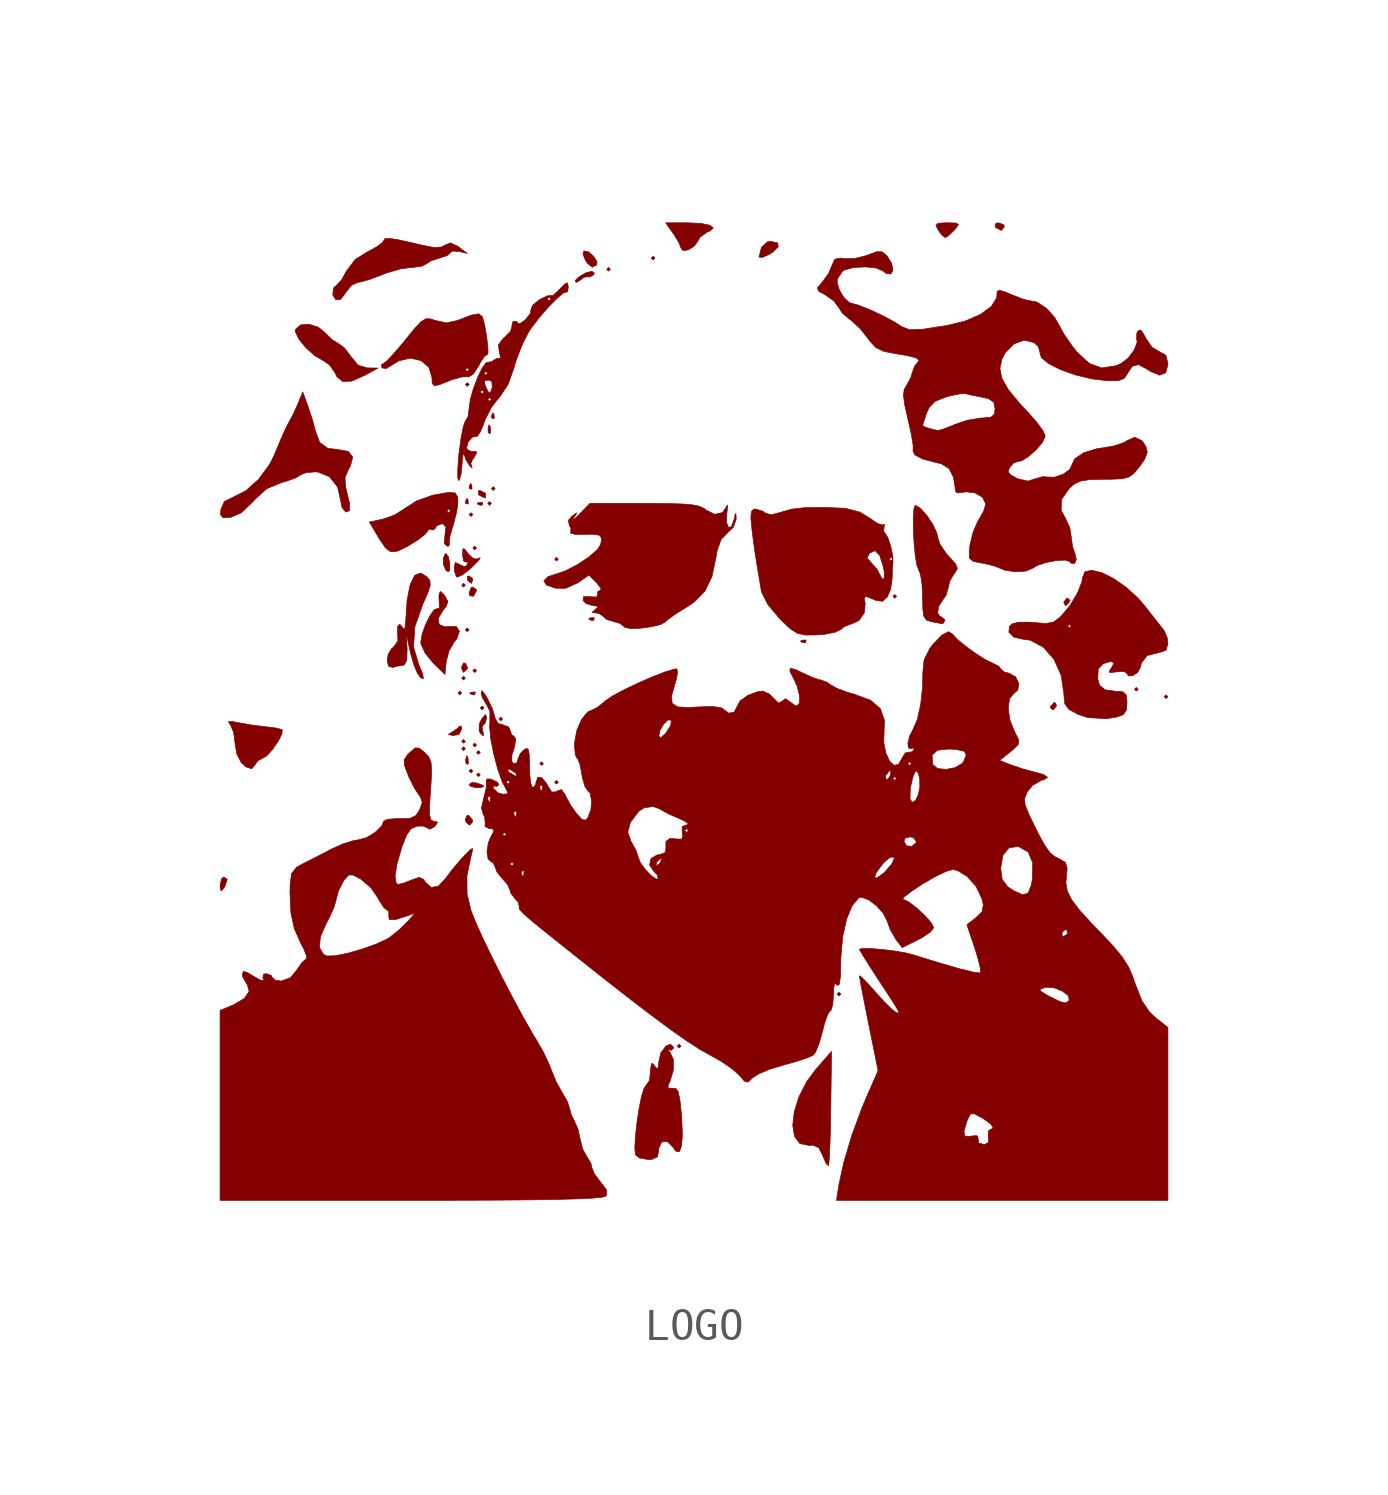
<source format=kicad_sym>
(kicad_symbol_lib
  (version 20220914)
  (generator "bitmap2component")
  (generator_version "8.0")
  (symbol "LOGO"
    (pin_names
      (offset 1.016))
    (property "Reference" "#G"
      (at 0 14.841 0)
      (effects (font (size 1.27 1.27)) hide))
    (symbol "LOGO_0_0"
      (polyline (pts (xy -7.355 -15.592) (xy -6.102 -15.587) (xy -5.065 -15.577) (xy -4.233 -15.563) (xy -3.595 -15.545) (xy -3.142 -15.522) (xy -2.864 -15.494) (xy -2.75 -15.462) (xy -2.719 -15.423) (xy -2.721 -15.262) (xy -2.903 -15.02) (xy -2.93 -14.99) (xy -3.115 -14.737) (xy -3.19 -14.542) (xy -3.218 -14.416) (xy -3.356 -14.186) (xy -3.478 -13.967) (xy -3.559 -13.645) (xy -3.622 -13.351) (xy -3.747 -13.058) (xy -3.838 -12.886) (xy -3.899 -12.662) (xy -3.899 -12.661) (xy -3.964 -12.454) (xy -4.119 -12.187) (xy -4.127 -12.175) (xy -4.319 -11.831) (xy -4.476 -11.448) (xy -4.529 -11.305) (xy -4.717 -10.902) (xy -4.944 -10.503) (xy -5.058 -10.316) (xy -5.349 -9.81) (xy -5.679 -9.199) (xy -6.025 -8.536) (xy -6.358 -7.871) (xy -6.654 -7.257) (xy -6.885 -6.746) (xy -7.026 -6.388) (xy -7.155 -5.85) (xy -7.157 -5.273) (xy -7.016 -4.607) (xy -6.988 -4.504) (xy -6.982 -4.408) (xy -7.071 -4.467) (xy -7.287 -4.689) (xy -7.352 -4.759) (xy -7.629 -5.084) (xy -7.841 -5.369) (xy -8.067 -5.609) (xy -8.296 -5.65) (xy -8.489 -5.469) (xy -8.541 -5.389) (xy -8.675 -5.329) (xy -8.914 -5.41) (xy -9.157 -5.507) (xy -9.339 -5.553) (xy -9.406 -5.516) (xy -9.442 -5.3) (xy -9.384 -4.912) (xy -9.232 -4.382) (xy -9.227 -4.364) (xy -9.076 -3.982) (xy -8.928 -3.778) (xy -8.742 -3.7) (xy -8.552 -3.697) (xy -8.396 -3.765) (xy -8.33 -3.797) (xy -8.177 -3.708) (xy -8.165 -3.696) (xy -8.089 -3.573) (xy -8.207 -3.544) (xy -8.228 -3.543) (xy -8.307 -3.497) (xy -8.345 -3.348) (xy -8.346 -3.054) (xy -8.315 -2.57) (xy -8.295 -2.284) (xy -8.28 -1.898) (xy -8.302 -1.656) (xy -8.371 -1.498) (xy -8.496 -1.366) (xy -8.675 -1.22) (xy -8.808 -1.215) (xy -8.986 -1.373) (xy -9.056 -1.444) (xy -9.153 -1.594) (xy -9.143 -1.773) (xy -9.029 -2.074) (xy -8.989 -2.169) (xy -8.823 -2.498) (xy -8.677 -2.72) (xy -8.641 -2.764) (xy -8.578 -2.944) (xy -8.666 -3.193) (xy -8.784 -3.366) (xy -8.975 -3.455) (xy -9.31 -3.463) (xy -9.437 -3.461) (xy -9.701 -3.486) (xy -9.806 -3.547) (xy -9.861 -3.686) (xy -10.069 -3.894) (xy -10.353 -4.066) (xy -10.625 -4.14) (xy -10.746 -4.155) (xy -11.086 -4.259) (xy -11.46 -4.427) (xy -11.617 -4.51) (xy -12.031 -4.724) (xy -12.375 -4.896) (xy -12.574 -5.009) (xy -12.729 -5.204) (xy -12.776 -5.525) (xy -12.783 -5.82) (xy -12.753 -6.451) (xy -12.646 -6.954) (xy -12.448 -7.401) (xy -12.367 -7.556) (xy -11.846 -7.556) (xy -11.815 -7.213) (xy -11.624 -6.782) (xy -11.536 -6.62) (xy -11.378 -6.268) (xy -11.305 -6.004) (xy -11.243 -5.758) (xy -11.085 -5.452) (xy -11.046 -5.396) (xy -10.915 -5.253) (xy -10.774 -5.254) (xy -10.526 -5.387) (xy -10.52 -5.391) (xy -10.213 -5.656) (xy -9.979 -5.99) (xy -9.952 -6.046) (xy -9.803 -6.283) (xy -9.686 -6.38) (xy -9.64 -6.403) (xy -9.643 -6.552) (xy -9.627 -6.669) (xy -9.429 -6.67) (xy -9.038 -6.547) (xy -8.801 -6.458) (xy -9.038 -6.727) (xy -9.288 -6.974) (xy -9.6 -7.228) (xy -9.691 -7.285) (xy -10.04 -7.447) (xy -10.482 -7.606) (xy -10.94 -7.738) (xy -11.337 -7.819) (xy -11.595 -7.827) (xy -11.718 -7.775) (xy -11.846 -7.556) (xy -12.367 -7.556) (xy -12.349 -7.59) (xy -12.254 -7.824) (xy -12.257 -7.915) (xy -12.269 -7.917) (xy -12.398 -8.033) (xy -12.563 -8.27) (xy -12.764 -8.516) (xy -13.061 -8.624) (xy -13.249 -8.596) (xy -13.35 -8.506) (xy -13.372 -8.45) (xy -13.534 -8.388) (xy -13.618 -8.405) (xy -13.645 -8.506) (xy -13.612 -8.605) (xy -13.727 -8.593) (xy -14.004 -8.433) (xy -14.123 -8.359) (xy -14.261 -8.313) (xy -14.295 -8.41) (xy -14.283 -8.492) (xy -14.161 -8.711) (xy -14.138 -8.736) (xy -14.08 -8.953) (xy -14.235 -9.178) (xy -14.585 -9.382) (xy -15.004 -9.557) (xy -15.004 -12.576) (xy -15.004 -15.594) (xy -8.943 -15.594) (xy -8.833 -15.594) (xy -7.355 -15.592)) (stroke (width 0.01) (type default)) (fill (type outline)))
      (polyline (pts (xy 15.122 -12.848) (xy 15.122 -10.101) (xy 14.721 -9.781) (xy 14.541 -9.614) (xy 14.292 -9.247) (xy 14.085 -8.718) (xy 14.018 -8.517) (xy 13.87 -8.177) (xy 13.669 -7.858) (xy 13.373 -7.5) (xy 12.942 -7.044) (xy 12.708 -6.803) (xy 12.316 -6.375) (xy 12.064 -6.045) (xy 11.926 -5.773) (xy 11.88 -5.515) (xy 11.901 -5.23) (xy 11.92 -5.042) (xy 11.864 -4.851) (xy 11.659 -4.734) (xy 11.515 -4.664) (xy 11.366 -4.534) (xy 11.208 -4.312) (xy 11.012 -3.957) (xy 10.751 -3.426) (xy 10.697 -3.313) (xy 10.581 -3.016) (xy 10.57 -2.809) (xy 10.654 -2.604) (xy 10.829 -2.398) (xy 11.106 -2.244) (xy 11.193 -2.22) (xy 11.295 -2.146) (xy 11.168 -2.06) (xy 10.81 -1.962) (xy 10.498 -1.877) (xy 10.114 -1.747) (xy 9.772 -1.611) (xy 10.114 -1.337) (xy 10.204 -1.264) (xy 10.367 -1.1) (xy 10.375 -0.946) (xy 10.249 -0.699) (xy 10.101 -0.335) (xy 10.046 0.042) (xy 10.087 0.351) (xy 10.227 0.518) (xy 10.35 0.622) (xy 10.382 0.834) (xy 10.281 1.045) (xy 10.071 1.16) (xy 9.906 1.206) (xy 9.806 1.3) (xy 9.746 1.383) (xy 9.54 1.484) (xy 9.32 1.591) (xy 9.01 1.788) (xy 8.687 2.023) (xy 8.423 2.241) (xy 8.289 2.391) (xy 8.289 2.392) (xy 8.154 2.481) (xy 7.933 2.37) (xy 7.645 2.068) (xy 7.55 1.941) (xy 7.37 1.577) (xy 7.331 1.152) (xy 7.325 0.732) (xy 7.263 0.169) (xy 7.155 -0.317) (xy 7.012 -0.646) (xy 6.911 -0.84) (xy 6.855 -1.071) (xy 6.88 -1.224) (xy 6.989 -1.229) (xy 7.055 -1.2) (xy 7.039 -1.283) (xy 6.994 -1.335) (xy 6.852 -1.359) (xy 6.775 -1.37) (xy 6.728 -1.448) (xy 7.625 -1.448) (xy 7.795 -1.286) (xy 8.165 -1.249) (xy 8.413 -1.266) (xy 8.651 -1.321) (xy 8.711 -1.437) (xy 8.63 -1.644) (xy 8.586 -1.704) (xy 8.36 -1.839) (xy 8.067 -1.897) (xy 7.799 -1.868) (xy 7.649 -1.743) (xy 7.648 -1.739) (xy 7.625 -1.448) (xy 6.728 -1.448) (xy 6.675 -1.534) (xy 6.576 -1.713) (xy 6.852 -1.713) (xy 6.911 -1.654) (xy 6.97 -1.713) (xy 6.911 -1.772) (xy 6.852 -1.713) (xy 6.576 -1.713) (xy 6.562 -1.739) (xy 6.418 -1.767) (xy 6.276 -1.636) (xy 6.159 -1.383) (xy 6.092 -1.046) (xy 6.101 -0.663) (xy 6.112 -0.341) (xy 5.985 0.032) (xy 5.667 0.304) (xy 5.139 0.497) (xy 4.93 0.557) (xy 4.593 0.682) (xy 4.392 0.796) (xy 4.296 0.87) (xy 4.092 0.945) (xy 4.052 0.95) (xy 3.819 1.028) (xy 3.51 1.169) (xy 3.295 1.273) (xy 3.118 1.321) (xy 3.109 1.217) (xy 3.249 0.945) (xy 3.34 0.743) (xy 3.411 0.45) (xy 3.411 0.214) (xy 3.332 0.118) (xy 3.265 0.138) (xy 3.09 0.265) (xy 2.966 0.351) (xy 2.855 0.267) (xy 2.749 0.209) (xy 2.597 0.357) (xy 2.452 0.502) (xy 2.242 0.591) (xy 2.085 0.573) (xy 1.772 0.458) (xy 1.522 0.279) (xy 1.419 0.089) (xy 1.341 -0.075) (xy 1.165 -0.11) (xy 0.995 0.015) (xy 0.938 0.058) (xy 0.656 0.104) (xy 0.168 0.088) (xy -0.093 0.071) (xy -0.458 0.09) (xy -0.635 0.202) (xy -0.654 0.439) (xy -0.543 0.831) (xy -0.505 0.955) (xy -0.459 1.202) (xy -0.492 1.3) (xy -0.558 1.292) (xy -0.848 1.206) (xy -1.256 1.048) (xy -1.717 0.848) (xy -2.163 0.634) (xy -2.531 0.437) (xy -2.753 0.286) (xy -2.789 0.253) (xy -3.014 0.073) (xy -3.158 0) (xy -3.319 -0.069) (xy -3.514 -0.31) (xy -3.666 -0.656) (xy -3.697 -0.827) (xy -1.056 -0.827) (xy -1.02 -0.659) (xy -0.904 -0.455) (xy -0.766 -0.323) (xy -0.662 -0.335) (xy -0.661 -0.336) (xy -0.681 -0.498) (xy -0.824 -0.726) (xy -0.861 -0.77) (xy -1.009 -0.899) (xy -1.056 -0.827) (xy -3.697 -0.827) (xy -3.735 -1.034) (xy -3.736 -1.167) (xy -3.715 -1.431) (xy -3.664 -1.536) (xy -3.639 -1.553) (xy -3.568 -1.73) (xy -3.508 -2.035) (xy -3.492 -2.134) (xy 6.143 -2.134) (xy 6.147 -2.101) (xy 6.26 -1.95) (xy 6.315 -1.939) (xy 6.306 -2.061) (xy 6.268 -2.147) (xy 6.233 -2.186) (xy 6.38 -2.186) (xy 6.439 -2.127) (xy 6.498 -2.186) (xy 6.439 -2.245) (xy 6.38 -2.186) (xy 6.233 -2.186) (xy 6.181 -2.241) (xy 6.143 -2.134) (xy -3.492 -2.134) (xy -3.488 -2.161) (xy -3.407 -2.444) (xy -3.316 -2.577) (xy -3.244 -2.652) (xy -3.211 -2.817) (xy 6.923 -2.817) (xy 6.934 -2.51) (xy 6.945 -2.444) (xy 7.015 -2.143) (xy 7.088 -1.971) (xy 7.114 -1.951) (xy 7.188 -2.009) (xy 7.233 -2.203) (xy 7.237 -2.459) (xy 7.19 -2.698) (xy 7.099 -2.884) (xy 6.989 -2.949) (xy 6.923 -2.817) (xy -3.211 -2.817) (xy -3.196 -2.886) (xy -3.218 -3.178) (xy -3.311 -3.426) (xy -3.378 -3.505) (xy -3.491 -3.496) (xy -3.669 -3.308) (xy -3.863 -3.033) (xy -4.024 -2.734) (xy -4.042 -2.692) (xy -4.156 -2.538) (xy -4.295 -2.585) (xy -4.328 -2.61) (xy -4.46 -2.617) (xy -4.586 -2.421) (xy -4.622 -2.35) (xy -4.775 -2.164) (xy -4.906 -2.143) (xy -4.962 -2.304) (xy -4.973 -2.385) (xy -5.06 -2.481) (xy -4.844 -2.481) (xy -4.835 -2.418) (xy -4.765 -2.402) (xy -4.751 -2.42) (xy -4.765 -2.56) (xy -4.801 -2.578) (xy -4.844 -2.481) (xy -5.06 -2.481) (xy -5.077 -2.474) (xy -5.136 -2.323) (xy -5.162 -2.038) (xy -5.165 -1.747) (xy -5.179 -1.413) (xy -5.211 -1.253) (xy -5.272 -1.229) (xy -5.375 -1.3) (xy -5.469 -1.403) (xy -5.553 -1.616) (xy -5.569 -1.689) (xy -5.679 -1.708) (xy -5.733 -1.638) (xy -5.728 -1.435) (xy -5.643 -1.185) (xy -5.607 -0.924) (xy -5.678 -0.827) (xy -5.729 -0.807) (xy -5.789 -0.65) (xy -5.833 -0.546) (xy -6.025 -0.473) (xy -6.165 -0.44) (xy -6.266 -0.266) (xy -6.27 -0.226) (xy -6.352 0.037) (xy -6.504 0.354) (xy -6.576 0.475) (xy -6.684 0.607) (xy -6.706 0.532) (xy -6.668 0.388) (xy -6.518 0.13) (xy -6.429 -0.045) (xy -6.429 -0.403) (xy -6.438 -0.537) (xy -6.402 -0.918) (xy -6.31 -1.392) (xy -6.183 -1.875) (xy -6.161 -1.938) (xy -5.872 -1.938) (xy -5.825 -1.892) (xy -5.784 -1.896) (xy -5.612 -2.008) (xy -5.575 -2.075) (xy -5.6 -2.115) (xy -5.789 -2.008) (xy -5.872 -1.938) (xy -6.161 -1.938) (xy -6.04 -2.286) (xy -6.031 -2.304) (xy -5.907 -2.304) (xy -5.848 -2.245) (xy -5.789 -2.304) (xy -5.848 -2.363) (xy -5.907 -2.304) (xy -6.031 -2.304) (xy -5.903 -2.545) (xy -5.89 -2.561) (xy -5.85 -2.67) (xy -6.013 -2.686) (xy -6.161 -2.647) (xy -6.316 -2.509) (xy -6.331 -2.44) (xy -6.26 -2.423) (xy -6.216 -2.442) (xy -6.143 -2.384) (xy -6.188 -2.307) (xy -6.38 -2.21) (xy -6.512 -2.196) (xy -6.548 -2.258) (xy -6.54 -2.28) (xy -6.546 -2.487) (xy -6.62 -2.789) (xy -6.63 -2.835) (xy -6.498 -2.835) (xy -6.489 -2.773) (xy -6.419 -2.757) (xy -6.405 -2.774) (xy -6.419 -2.914) (xy -6.455 -2.933) (xy -6.498 -2.835) (xy -6.63 -2.835) (xy -6.696 -3.131) (xy -6.645 -3.308) (xy -5.671 -3.308) (xy -5.662 -3.245) (xy -5.592 -3.229) (xy -5.578 -3.247) (xy -5.592 -3.387) (xy -5.628 -3.405) (xy -5.671 -3.308) (xy -6.645 -3.308) (xy -6.638 -3.333) (xy -6.593 -3.398) (xy -6.579 -3.618) (xy -6.584 -3.712) (xy -6.438 -3.78) (xy -6.345 -3.786) (xy -6.298 -3.853) (xy -6.318 -3.891) (xy -2.046 -3.891) (xy -1.966 -3.587) (xy -1.692 -3.224) (xy -1.521 -3.116) (xy -1.239 -3.076) (xy -1.014 -3.16) (xy -0.972 -3.191) (xy -0.752 -3.309) (xy -0.433 -3.449) (xy -0.277 -3.519) (xy -0.125 -3.615) (xy -0.162 -3.656) (xy -0.317 -3.712) (xy -0.317 -3.84) (xy -0.236 -3.84) (xy -0.177 -3.78) (xy -0.118 -3.84) (xy -0.177 -3.899) (xy -0.236 -3.84) (xy -0.317 -3.84) (xy -0.317 -3.911) (xy -0.298 -4) (xy -0.334 -4.116) (xy -0.539 -4.104) (xy -0.705 -4.091) (xy -0.833 -4.187) (xy -0.833 -4.194) (xy 6.734 -4.194) (xy 6.765 -4.085) (xy 6.941 -4.039) (xy 7.048 -4.079) (xy 7.124 -4.196) (xy 7.113 -4.232) (xy 6.982 -4.34) (xy 6.816 -4.327) (xy 6.734 -4.194) (xy -0.833 -4.194) (xy -0.836 -4.46) (xy -0.867 -4.545) (xy -1.046 -4.607) (xy -1.105 -4.612) (xy -1.307 -4.729) (xy -1.353 -4.937) (xy -1.341 -4.954) (xy -1.153 -4.954) (xy -1.122 -4.844) (xy -1.098 -4.809) (xy -0.99 -4.726) (xy -0.974 -4.733) (xy -1.004 -4.844) (xy -1.028 -4.879) (xy -1.136 -4.962) (xy -1.153 -4.954) (xy -1.341 -4.954) (xy -1.213 -5.144) (xy -1.101 -5.256) (xy -1.091 -5.331) (xy 5.796 -5.331) (xy 5.857 -5.17) (xy 6.065 -4.89) (xy 6.107 -4.843) (xy 6.3 -4.686) (xy 6.415 -4.688) (xy 6.423 -4.725) (xy 6.341 -4.908) (xy 6.233 -5.034) (xy 9.807 -5.034) (xy 9.877 -4.629) (xy 10.068 -4.39) (xy 10.357 -4.346) (xy 10.377 -4.35) (xy 10.679 -4.522) (xy 10.825 -4.87) (xy 10.814 -5.389) (xy 10.78 -5.575) (xy 10.677 -5.829) (xy 10.502 -5.88) (xy 10.219 -5.752) (xy 10.03 -5.624) (xy 9.854 -5.392) (xy 9.807 -5.049) (xy 9.807 -5.034) (xy 6.233 -5.034) (xy 6.139 -5.143) (xy 6.087 -5.192) (xy 5.875 -5.347) (xy 5.796 -5.331) (xy -1.091 -5.331) (xy -1.084 -5.377) (xy -1.136 -5.384) (xy -1.295 -5.28) (xy -1.486 -5.082) (xy -1.647 -4.858) (xy -1.715 -4.678) (xy -1.777 -4.482) (xy -1.924 -4.217) (xy -1.942 -4.188) (xy -2.046 -3.891) (xy -6.318 -3.891) (xy -6.353 -3.958) (xy -6.025 -3.958) (xy -5.966 -3.899) (xy -5.907 -3.958) (xy -5.966 -4.017) (xy -6.025 -3.958) (xy -6.353 -3.958) (xy -6.399 -4.046) (xy -6.479 -4.228) (xy -6.521 -4.512) (xy -6.484 -4.746) (xy -6.371 -4.844) (xy -6.327 -4.857) (xy -6.306 -4.903) (xy -5.789 -4.903) (xy -5.73 -4.844) (xy -5.671 -4.903) (xy -5.73 -4.962) (xy -5.789 -4.903) (xy -6.306 -4.903) (xy -6.261 -5.003) (xy -6.203 -5.16) (xy -6.171 -5.198) (xy -5.434 -5.198) (xy -5.426 -5.136) (xy -5.356 -5.119) (xy -5.341 -5.137) (xy -5.356 -5.277) (xy -5.391 -5.295) (xy -5.434 -5.198) (xy -6.171 -5.198) (xy -6.025 -5.375) (xy -5.869 -5.552) (xy -5.789 -5.734) (xy -5.762 -5.833) (xy -5.613 -6.024) (xy -5.524 -6.122) (xy -5.493 -6.261) (xy -5.497 -6.268) (xy -5.501 -6.312) (xy -5.457 -6.383) (xy -5.343 -6.498) (xy -5.135 -6.679) (xy -4.811 -6.946) (xy -4.347 -7.318) (xy -3.721 -7.817) (xy -2.97 -8.413) (xy -2.059 -9.127) (xy -1.298 -9.709) (xy -0.672 -10.173) (xy -0.163 -10.531) (xy 0.245 -10.794) (xy 0.57 -10.977) (xy 0.92 -11.173) (xy 1.278 -11.418) (xy 1.505 -11.624) (xy 1.662 -11.806) (xy 1.777 -11.836) (xy 1.913 -11.706) (xy 1.913 -11.706) (xy 2.115 -11.573) (xy 2.471 -11.424) (xy 2.905 -11.293) (xy 2.915 -11.29) (xy 3.34 -11.172) (xy 3.679 -11.057) (xy 3.86 -10.97) (xy 3.928 -10.872) (xy 4.043 -10.587) (xy 4.147 -10.21) (xy 4.215 -9.945) (xy 4.312 -9.674) (xy 4.39 -9.569) (xy 4.416 -9.552) (xy 4.469 -9.374) (xy 4.491 -9.067) (xy 4.498 -8.841) (xy 4.534 -8.691) (xy 4.607 -8.742) (xy 4.626 -8.765) (xy 4.681 -8.72) (xy 4.714 -8.46) (xy 4.726 -7.974) (xy 4.728 -7.874) (xy 4.783 -7.228) (xy 4.907 -6.662) (xy 5.085 -6.227) (xy 5.301 -5.975) (xy 5.37 -5.958) (xy 5.593 -6.032) (xy 5.851 -6.222) (xy 6.076 -6.471) (xy 6.201 -6.723) (xy 6.29 -6.975) (xy 6.473 -7.295) (xy 6.675 -7.56) (xy 7.177 -7.312) (xy 7.335 -7.227) (xy 7.582 -7.056) (xy 7.679 -6.928) (xy 7.602 -6.776) (xy 7.397 -6.543) (xy 7.133 -6.298) (xy 6.878 -6.103) (xy 6.7 -6.024) (xy 6.689 -6.021) (xy 6.749 -5.941) (xy 6.965 -5.775) (xy 7.3 -5.551) (xy 7.336 -5.529) (xy 7.73 -5.302) (xy 8.067 -5.141) (xy 8.28 -5.08) (xy 8.431 -5.108) (xy 8.744 -5.301) (xy 9.025 -5.619) (xy 9.207 -5.998) (xy 9.254 -6.202) (xy 9.219 -6.412) (xy 9.025 -6.605) (xy 8.734 -6.834) (xy 8.819 -7.088) (xy 11.755 -7.088) (xy 11.779 -7.053) (xy 11.88 -6.97) (xy 11.892 -6.973) (xy 11.932 -7.088) (xy 11.927 -7.121) (xy 11.807 -7.207) (xy 11.764 -7.197) (xy 11.755 -7.088) (xy 8.819 -7.088) (xy 8.98 -7.566) (xy 9.093 -7.932) (xy 9.162 -8.224) (xy 9.165 -8.359) (xy 9.144 -8.366) (xy 8.932 -8.339) (xy 8.502 -8.233) (xy 7.854 -8.046) (xy 6.985 -7.778) (xy 6.8 -7.732) (xy 6.449 -7.67) (xy 6.056 -7.621) (xy 5.691 -7.591) (xy 5.421 -7.586) (xy 5.316 -7.613) (xy 5.328 -7.64) (xy 5.435 -7.823) (xy 5.631 -8.135) (xy 5.885 -8.527) (xy 6.117 -8.88) (xy 11.065 -8.88) (xy 11.222 -8.827) (xy 11.267 -8.818) (xy 11.52 -8.843) (xy 11.776 -8.947) (xy 11.957 -9.089) (xy 11.983 -9.228) (xy 11.953 -9.271) (xy 11.853 -9.319) (xy 11.674 -9.27) (xy 11.355 -9.11) (xy 11.272 -9.066) (xy 11.075 -8.946) (xy 11.065 -8.88) (xy 6.117 -8.88) (xy 6.197 -9.002) (xy 6.414 -9.338) (xy 6.534 -9.536) (xy 6.572 -9.628) (xy 6.547 -9.645) (xy 6.474 -9.617) (xy 6.341 -9.514) (xy 6.101 -9.277) (xy 5.818 -8.964) (xy 5.566 -8.681) (xy 5.385 -8.498) (xy 5.316 -8.457) (xy 5.317 -8.462) (xy 5.344 -8.625) (xy 5.408 -8.967) (xy 5.501 -9.442) (xy 5.613 -10.003) (xy 5.911 -11.471) (xy 5.551 -12.289) (xy 5.389 -12.675) (xy 5.125 -13.394) (xy 8.638 -13.394) (xy 8.738 -13.065) (xy 8.759 -13.012) (xy 8.844 -12.851) (xy 8.966 -12.842) (xy 9.21 -12.969) (xy 9.25 -12.992) (xy 9.492 -13.169) (xy 9.57 -13.299) (xy 9.462 -13.35) (xy 9.41 -13.398) (xy 9.417 -13.586) (xy 9.425 -13.75) (xy 9.288 -13.822) (xy 9.112 -13.771) (xy 9.079 -13.569) (xy 9.039 -13.535) (xy 8.856 -13.553) (xy 8.828 -13.56) (xy 8.665 -13.549) (xy 8.638 -13.394) (xy 5.125 -13.394) (xy 5.073 -13.537) (xy 4.823 -14.372) (xy 4.666 -15.092) (xy 4.587 -15.594) (xy 9.854 -15.594) (xy 15.122 -15.594) (xy 15.122 -12.848)) (stroke (width 0.01) (type default)) (fill (type outline)))
      (polyline (pts (xy 4.342 -14.452) (xy 4.362 -14.219) (xy 4.38 -13.812) (xy 4.396 -13.276) (xy 4.407 -12.651) (xy 4.43 -10.862) (xy 3.934 -11.427) (xy 3.645 -11.816) (xy 3.396 -12.3) (xy 3.246 -12.779) (xy 3.197 -13.213) (xy 3.255 -13.563) (xy 3.421 -13.787) (xy 3.702 -13.847) (xy 3.846 -13.841) (xy 4.027 -13.923) (xy 4.153 -14.178) (xy 4.165 -14.212) (xy 4.264 -14.43) (xy 4.332 -14.492) (xy 4.342 -14.452)) (stroke (width 0.01) (type default)) (fill (type outline)))
      (polyline (pts (xy -1.271 -14.289) (xy -1.103 -14.213) (xy -1.063 -14) (xy -1.06 -13.936) (xy -0.963 -13.737) (xy -0.788 -13.725) (xy -0.604 -13.911) (xy -0.516 -14.033) (xy -0.405 -14.049) (xy -0.335 -13.86) (xy -0.31 -13.483) (xy -0.335 -12.936) (xy -0.348 -12.778) (xy -0.393 -12.366) (xy -0.446 -12.134) (xy -0.521 -12.036) (xy -0.632 -12.029) (xy -0.765 -12.027) (xy -0.761 -11.921) (xy -0.705 -11.818) (xy -0.597 -11.458) (xy -0.594 -11.118) (xy -0.702 -10.89) (xy -0.785 -10.807) (xy -0.738 -10.808) (xy -0.67 -10.828) (xy -0.591 -10.758) (xy -0.594 -10.724) (xy -0.685 -10.633) (xy -0.832 -10.688) (xy -0.996 -10.908) (xy -1.065 -11.217) (xy -1.067 -11.305) (xy -1.098 -11.426) (xy -1.181 -11.341) (xy -1.242 -11.254) (xy -1.288 -11.245) (xy -1.317 -11.388) (xy -1.347 -11.725) (xy -1.364 -11.796) (xy -1.499 -11.991) (xy -1.534 -12.046) (xy -1.611 -12.299) (xy -1.688 -12.684) (xy -1.756 -13.131) (xy -1.804 -13.57) (xy -1.822 -13.932) (xy -1.802 -14.147) (xy -1.669 -14.249) (xy -1.405 -14.295) (xy -1.271 -14.289)) (stroke (width 0.01) (type default)) (fill (type outline)))
      (polyline (pts (xy -0.354 -10.692) (xy -0.413 -10.633) (xy -0.473 -10.692) (xy -0.413 -10.751) (xy -0.354 -10.692)) (stroke (width 0.01) (type default)) (fill (type outline)))
      (polyline (pts (xy 4.726 -9.038) (xy 4.667 -8.979) (xy 4.607 -9.038) (xy 4.667 -9.097) (xy 4.726 -9.038)) (stroke (width 0.01) (type default)) (fill (type outline)))
      (polyline (pts (xy -14.886 -5.671) (xy -14.846 -5.606) (xy -14.776 -5.391) (xy -14.886 -5.316) (xy -14.959 -5.375) (xy -15.002 -5.582) (xy -15.001 -5.646) (xy -14.972 -5.763) (xy -14.886 -5.671)) (stroke (width 0.01) (type default)) (fill (type outline)))
      (polyline (pts (xy -7.06 -3.659) (xy -6.97 -3.551) (xy -6.975 -3.518) (xy -7.088 -3.367) (xy -7.149 -3.356) (xy -7.207 -3.478) (xy -7.192 -3.566) (xy -7.088 -3.662) (xy -7.06 -3.659)) (stroke (width 0.01) (type default)) (fill (type outline)))
      (polyline (pts (xy -6.715 -2.473) (xy -6.616 -2.436) (xy -6.661 -2.397) (xy -6.852 -2.329) (xy -6.994 -2.313) (xy -7.088 -2.374) (xy -7.044 -2.436) (xy -6.852 -2.481) (xy -6.715 -2.473)) (stroke (width 0.01) (type default)) (fill (type outline)))
      (polyline (pts (xy -4.253 -2.304) (xy -4.312 -2.245) (xy -4.371 -2.304) (xy -4.312 -2.363) (xy -4.253 -2.304)) (stroke (width 0.01) (type default)) (fill (type outline)))
      (polyline (pts (xy -6.734 -2.067) (xy -6.793 -2.008) (xy -6.852 -2.067) (xy -6.793 -2.127) (xy -6.734 -2.067)) (stroke (width 0.01) (type default)) (fill (type outline)))
      (polyline (pts (xy -6.97 -1.949) (xy -7.029 -1.89) (xy -7.088 -1.949) (xy -7.029 -2.008) (xy -6.97 -1.949)) (stroke (width 0.01) (type default)) (fill (type outline)))
      (polyline (pts (xy -13.865 -1.713) (xy -13.816 -1.631) (xy -13.642 -1.536) (xy -13.516 -1.462) (xy -13.335 -1.26) (xy -13.158 -1.004) (xy -13.039 -0.772) (xy -13.027 -0.638) (xy -13.045 -0.627) (xy -13.235 -0.58) (xy -13.543 -0.542) (xy -13.559 -0.54) (xy -13.997 -0.487) (xy -14.413 -0.413) (xy -14.636 -0.371) (xy -14.739 -0.385) (xy -14.679 -0.481) (xy -14.67 -0.49) (xy -14.572 -0.723) (xy -14.531 -1.048) (xy -14.531 -1.062) (xy -14.472 -1.408) (xy -14.336 -1.674) (xy -14.184 -1.817) (xy -13.995 -1.875) (xy -13.865 -1.713)) (stroke (width 0.01) (type default)) (fill (type outline)))
      (polyline (pts (xy -7.112 -1.698) (xy -7.126 -1.514) (xy -7.168 -1.459) (xy -7.197 -1.585) (xy -7.189 -1.705) (xy -7.135 -1.74) (xy -7.112 -1.698)) (stroke (width 0.01) (type default)) (fill (type outline)))
      (polyline (pts (xy -4.726 -1.713) (xy -4.785 -1.654) (xy -4.844 -1.713) (xy -4.785 -1.772) (xy -4.726 -1.713)) (stroke (width 0.01) (type default)) (fill (type outline)))
      (polyline (pts (xy -6.734 -1.359) (xy -6.793 -1.3) (xy -6.852 -1.359) (xy -6.793 -1.418) (xy -6.734 -1.359)) (stroke (width 0.01) (type default)) (fill (type outline)))
      (polyline (pts (xy -7.207 -1.24) (xy -7.266 -1.181) (xy -7.325 -1.24) (xy -7.266 -1.3) (xy -7.207 -1.24)) (stroke (width 0.01) (type default)) (fill (type outline)))
      (polyline (pts (xy -6.852 -1.122) (xy -6.911 -1.063) (xy -6.97 -1.122) (xy -6.911 -1.181) (xy -6.852 -1.122)) (stroke (width 0.01) (type default)) (fill (type outline)))
      (polyline (pts (xy -7.207 -1.004) (xy -7.266 -0.945) (xy -7.325 -1.004) (xy -7.266 -1.063) (xy -7.207 -1.004)) (stroke (width 0.01) (type default)) (fill (type outline)))
      (polyline (pts (xy -7.415 -0.788) (xy -7.327 -0.62) (xy -7.343 -0.514) (xy -7.415 -0.543) (xy -7.467 -0.603) (xy -7.679 -0.741) (xy -7.747 -0.793) (xy -7.59 -0.818) (xy -7.415 -0.788)) (stroke (width 0.01) (type default)) (fill (type outline)))
      (polyline (pts (xy -6.629 -0.803) (xy -6.659 -0.65) (xy -6.68 -0.56) (xy -6.632 -0.473) (xy -6.585 -0.447) (xy -6.537 -0.28) (xy -6.538 -0.215) (xy -6.572 -0.156) (xy -6.686 -0.291) (xy -6.761 -0.439) (xy -6.772 -0.661) (xy -6.738 -0.735) (xy -6.65 -0.827) (xy -6.629 -0.803)) (stroke (width 0.01) (type default)) (fill (type outline)))
      (polyline (pts (xy -6.025 -0.295) (xy -6.084 -0.236) (xy -6.143 -0.295) (xy -6.084 -0.354) (xy -6.025 -0.295)) (stroke (width 0.01) (type default)) (fill (type outline)))
      (polyline (pts (xy 13.464 -0.24) (xy 13.701 -0.16) (xy 13.801 -0.014) (xy 13.822 0.243) (xy 13.803 0.462) (xy 13.694 0.569) (xy 13.421 0.591) (xy 13.126 0.632) (xy 12.949 0.777) (xy 12.892 0.982) (xy 12.906 1.29) (xy 13.064 1.464) (xy 13.296 1.531) (xy 13.412 1.496) (xy 13.335 1.339) (xy 13.257 1.235) (xy 13.28 1.177) (xy 13.497 1.205) (xy 13.723 1.217) (xy 13.822 1.156) (xy 13.861 1.076) (xy 13.999 1.08) (xy 14.157 1.182) (xy 14.246 1.345) (xy 14.277 1.481) (xy 14.461 1.722) (xy 14.815 1.813) (xy 14.847 1.816) (xy 15.063 1.891) (xy 15.122 2.102) (xy 15.099 2.288) (xy 15.003 2.515) (xy 14.885 2.662) (xy 14.665 2.941) (xy 14.398 3.284) (xy 14.176 3.541) (xy 13.791 3.893) (xy 13.392 4.171) (xy 13.016 4.357) (xy 12.701 4.434) (xy 12.485 4.385) (xy 12.405 4.192) (xy 12.388 4.069) (xy 12.252 3.718) (xy 12.019 3.327) (xy 11.738 2.985) (xy 11.706 2.954) (xy 11.496 2.793) (xy 11.259 2.74) (xy 10.893 2.768) (xy 10.722 2.784) (xy 10.382 2.782) (xy 10.172 2.731) (xy 10.097 2.658) (xy 11.932 2.658) (xy 11.991 2.717) (xy 12.05 2.658) (xy 11.991 2.599) (xy 11.932 2.658) (xy 10.097 2.658) (xy 10.083 2.644) (xy 10.069 2.463) (xy 10.22 2.309) (xy 10.495 2.245) (xy 10.748 2.209) (xy 11.163 1.986) (xy 11.502 1.599) (xy 11.73 1.09) (xy 11.815 0.506) (xy 11.815 0.479) (xy 11.844 0.19) (xy 11.971 0.014) (xy 12.258 -0.142) (xy 12.577 -0.25) (xy 13.161 -0.285) (xy 13.464 -0.24)) (stroke (width 0.01) (type default)) (fill (type outline)))
      (polyline (pts (xy -6.616 0.059) (xy -6.675 0.118) (xy -6.734 0.059) (xy -6.675 0) (xy -6.616 0.059)) (stroke (width 0.01) (type default)) (fill (type outline)))
      (polyline (pts (xy 11.487 0.004) (xy 11.578 0.118) (xy 11.576 0.145) (xy 11.525 0.236) (xy 11.507 0.231) (xy 11.4 0.118) (xy 11.382 0.072) (xy 11.453 0) (xy 11.487 0.004)) (stroke (width 0.01) (type default)) (fill (type outline)))
      (polyline (pts (xy 15.122 0.413) (xy 15.063 0.472) (xy 15.004 0.413) (xy 15.063 0.354) (xy 15.122 0.413)) (stroke (width 0.01) (type default)) (fill (type outline)))
      (polyline (pts (xy -7.325 0.532) (xy -7.384 0.591) (xy -7.443 0.532) (xy -7.384 0.472) (xy -7.325 0.532)) (stroke (width 0.01) (type default)) (fill (type outline)))
      (polyline (pts (xy -6.908 0.481) (xy -6.891 0.551) (xy -6.909 0.565) (xy -7.049 0.551) (xy -7.067 0.516) (xy -6.97 0.472) (xy -6.908 0.481)) (stroke (width 0.01) (type default)) (fill (type outline)))
      (polyline (pts (xy 14.177 0.65) (xy 14.118 0.709) (xy 14.059 0.65) (xy 14.118 0.591) (xy 14.177 0.65)) (stroke (width 0.01) (type default)) (fill (type outline)))
      (polyline (pts (xy -8.542 0.991) (xy -8.565 1.145) (xy -8.675 1.402) (xy -8.68 1.412) (xy -8.854 1.987) (xy -8.816 2.627) (xy -8.564 3.349) (xy -8.405 3.704) (xy -8.325 3.949) (xy -8.335 4.101) (xy -8.424 4.221) (xy -8.624 4.346) (xy -8.814 4.274) (xy -8.96 3.985) (xy -9.059 3.487) (xy -9.106 2.789) (xy -9.107 2.751) (xy -9.133 2.566) (xy -9.175 2.57) (xy -9.191 2.606) (xy -9.294 2.72) (xy -9.364 2.641) (xy -9.359 2.406) (xy -9.352 2.184) (xy -9.493 1.987) (xy -9.551 1.944) (xy -9.663 1.756) (xy -9.692 1.538) (xy -9.638 1.373) (xy -9.501 1.346) (xy -9.404 1.377) (xy -9.173 1.418) (xy -9.153 1.421) (xy -9.071 1.566) (xy -9.059 1.92) (xy -9.086 2.422) (xy -8.98 1.925) (xy -8.959 1.829) (xy -8.851 1.454) (xy -8.74 1.177) (xy -8.638 1.027) (xy -8.547 0.983) (xy -8.542 0.991)) (stroke (width 0.01) (type default)) (fill (type outline)))
      (polyline (pts (xy -7.207 1.004) (xy -7.266 1.063) (xy -7.325 1.004) (xy -7.266 0.945) (xy -7.207 1.004)) (stroke (width 0.01) (type default)) (fill (type outline)))
      (polyline (pts (xy -7.818 1.52) (xy -7.728 1.869) (xy -7.561 2.154) (xy -7.479 2.256) (xy -7.398 2.491) (xy -7.489 2.64) (xy -7.734 2.648) (xy -7.86 2.632) (xy -8.042 2.712) (xy -8.067 2.909) (xy -7.914 3.164) (xy -7.825 3.267) (xy -7.76 3.434) (xy -7.86 3.62) (xy -7.895 3.666) (xy -8.004 3.761) (xy -8.044 3.662) (xy -8.048 3.593) (xy -8.036 3.308) (xy -8.036 3.229) (xy -8.096 3.215) (xy -8.097 3.215) (xy -8.197 3.18) (xy -8.333 2.988) (xy -8.472 2.708) (xy -8.581 2.406) (xy -8.624 2.151) (xy -8.617 2.088) (xy -8.488 1.802) (xy -8.24 1.497) (xy -7.856 1.122) (xy -7.818 1.52)) (stroke (width 0.01) (type default)) (fill (type outline)))
      (polyline (pts (xy -7.152 1.291) (xy -7.136 1.334) (xy -7.205 1.476) (xy -7.267 1.487) (xy -7.325 1.365) (xy -7.322 1.306) (xy -7.267 1.187) (xy -7.152 1.291)) (stroke (width 0.01) (type default)) (fill (type outline)))
      (polyline (pts (xy -6.852 1.24) (xy -6.911 1.3) (xy -6.97 1.24) (xy -6.911 1.181) (xy -6.852 1.24)) (stroke (width 0.01) (type default)) (fill (type outline)))
      (polyline (pts (xy 3.607 2.135) (xy 3.623 2.205) (xy 3.606 2.219) (xy 3.465 2.205) (xy 3.447 2.17) (xy 3.544 2.127) (xy 3.607 2.135)) (stroke (width 0.01) (type default)) (fill (type outline)))
      (polyline (pts (xy 3.969 2.377) (xy 4.213 2.397) (xy 4.554 2.466) (xy 4.742 2.56) (xy 4.822 2.634) (xy 5.027 2.717) (xy 5.048 2.718) (xy 5.303 2.835) (xy 5.476 3.087) (xy 5.5 3.382) (xy 5.468 3.548) (xy 5.526 3.601) (xy 5.741 3.518) (xy 5.865 3.466) (xy 6.056 3.449) (xy 6.203 3.585) (xy 6.309 3.835) (xy 6.357 4.171) (xy 6.357 4.172) (xy 6.365 4.473) (xy 6.384 4.667) (xy 6.378 4.885) (xy 6.314 5.189) (xy 6.221 5.47) (xy 6.126 5.622) (xy 6.09 5.661) (xy 6.101 5.827) (xy 6.128 5.883) (xy 6.087 5.881) (xy 6.062 5.87) (xy 5.889 5.921) (xy 5.645 6.088) (xy 5.335 6.28) (xy 4.864 6.403) (xy 4.156 6.431) (xy 3.588 6.423) (xy 3.167 6.376) (xy 2.849 6.287) (xy 2.826 6.277) (xy 2.507 6.194) (xy 2.324 6.253) (xy 2.255 6.305) (xy 2.01 6.38) (xy 1.951 6.372) (xy 1.88 6.294) (xy 1.867 6.087) (xy 1.904 5.7) (xy 1.938 5.428) (xy 2.002 4.966) (xy 2.024 4.827) (xy 5.56 4.827) (xy 5.641 4.978) (xy 5.814 5.055) (xy 5.962 4.904) (xy 5.999 4.785) (xy 6.261 4.785) (xy 6.32 4.844) (xy 6.38 4.785) (xy 6.32 4.726) (xy 6.261 4.785) (xy 5.999 4.785) (xy 6.081 4.519) (xy 6.106 4.373) (xy 6.104 4.171) (xy 6.041 4.152) (xy 5.94 4.342) (xy 5.878 4.462) (xy 5.678 4.688) (xy 5.56 4.827) (xy 2.024 4.827) (xy 2.058 4.607) (xy 2.126 4.213) (xy 2.193 3.807) (xy 2.209 3.736) (xy 2.408 3.339) (xy 2.791 2.886) (xy 2.849 2.828) (xy 3.135 2.561) (xy 3.359 2.422) (xy 3.608 2.373) (xy 3.969 2.377)) (stroke (width 0.01) (type default)) (fill (type outline)))
      (polyline (pts (xy -7.088 2.54) (xy -7.147 2.599) (xy -7.207 2.54) (xy -7.147 2.481) (xy -7.088 2.54)) (stroke (width 0.01) (type default)) (fill (type outline)))
      (polyline (pts (xy -1.63 2.591) (xy -1.29 2.637) (xy -1.001 2.709) (xy -0.846 2.796) (xy -0.772 2.868) (xy -0.534 3.038) (xy -0.207 3.241) (xy 0.065 3.42) (xy 0.411 3.775) (xy 0.632 4.24) (xy 0.765 4.875) (xy 0.795 5.057) (xy 0.918 5.409) (xy 1.13 5.627) (xy 1.314 5.805) (xy 1.402 6.068) (xy 1.393 6.194) (xy 1.374 6.238) (xy 1.334 6.055) (xy 1.333 6.048) (xy 1.249 5.818) (xy 1.157 5.791) (xy 1.095 5.939) (xy 1.101 6.232) (xy 1.115 6.337) (xy 1.129 6.505) (xy 1.107 6.478) (xy 0.967 6.268) (xy 0.719 6.209) (xy 0.443 6.347) (xy 0.379 6.398) (xy 0.232 6.466) (xy 0.009 6.512) (xy -0.331 6.54) (xy -0.827 6.553) (xy -1.519 6.557) (xy -3.249 6.557) (xy -3.595 6.202) (xy -3.7 6.099) (xy -3.806 6.013) (xy -3.773 6.084) (xy -3.69 6.202) (xy -3.672 6.259) (xy -3.812 6.157) (xy -3.934 6.02) (xy -3.901 5.851) (xy -3.854 5.774) (xy -3.86 5.63) (xy -3.863 5.61) (xy -3.728 5.576) (xy -3.445 5.572) (xy -3.189 5.578) (xy -2.954 5.549) (xy -2.876 5.45) (xy -2.908 5.252) (xy -3.007 5.096) (xy -3.277 4.857) (xy -3.644 4.613) (xy -4.037 4.41) (xy -4.389 4.291) (xy -4.578 4.232) (xy -4.713 4.1) (xy -4.632 3.962) (xy -4.342 3.862) (xy -4.016 3.86) (xy -3.62 4.04) (xy -3.282 4.279) (xy -3.032 4.03) (xy -3.025 4.022) (xy -2.891 3.846) (xy -2.934 3.78) (xy -2.993 3.768) (xy -3.01 3.658) (xy -3.027 3.585) (xy -3.232 3.59) (xy -3.268 3.596) (xy -3.456 3.592) (xy -3.465 3.476) (xy -3.379 3.377) (xy -3.148 3.306) (xy -3.092 3.305) (xy -2.976 3.277) (xy -3.072 3.19) (xy -3.096 3.174) (xy -3.182 3.092) (xy -3.052 3.073) (xy -2.951 3.058) (xy -2.816 2.957) (xy -2.723 2.873) (xy -2.487 2.798) (xy -2.293 2.743) (xy -2.16 2.639) (xy -2.133 2.612) (xy -1.938 2.579) (xy -1.63 2.591)) (stroke (width 0.01) (type default)) (fill (type outline)))
      (polyline (pts (xy 8.034 2.835) (xy 8.03 2.864) (xy 7.915 2.954) (xy 7.881 2.958) (xy 7.802 3.077) (xy 7.837 3.288) (xy 7.974 3.502) (xy 8.071 3.637) (xy 8.152 3.916) (xy 8.182 4.076) (xy 8.332 4.332) (xy 8.361 4.362) (xy 8.431 4.49) (xy 8.37 4.639) (xy 8.155 4.878) (xy 8.076 4.965) (xy 7.877 5.26) (xy 7.797 5.507) (xy 7.777 5.615) (xy 7.652 5.884) (xy 7.46 6.173) (xy 7.255 6.403) (xy 7.094 6.498) (xy 7.05 6.396) (xy 7.029 6.124) (xy 7.031 5.744) (xy 7.052 5.322) (xy 7.089 4.923) (xy 7.138 4.611) (xy 7.197 4.451) (xy 7.255 4.312) (xy 7.305 3.995) (xy 7.325 3.588) (xy 7.331 3.213) (xy 7.364 2.969) (xy 7.444 2.851) (xy 7.59 2.801) (xy 7.768 2.767) (xy 7.945 2.733) (xy 7.967 2.733) (xy 8.034 2.835)) (stroke (width 0.01) (type default)) (fill (type outline)))
      (polyline (pts (xy -3.127 2.844) (xy -3.111 2.914) (xy -3.128 2.928) (xy -3.269 2.914) (xy -3.287 2.878) (xy -3.19 2.835) (xy -3.127 2.844)) (stroke (width 0.01) (type default)) (fill (type outline)))
      (polyline (pts (xy 11.885 3.313) (xy 11.991 3.426) (xy 12.01 3.472) (xy 11.939 3.544) (xy 11.905 3.54) (xy 11.814 3.426) (xy 11.815 3.399) (xy 11.866 3.308) (xy 11.885 3.313)) (stroke (width 0.01) (type default)) (fill (type outline)))
      (polyline (pts (xy -6.938 3.627) (xy -6.852 3.787) (xy -6.856 3.814) (xy -6.97 3.899) (xy -7.027 3.876) (xy -7.088 3.714) (xy -7.071 3.63) (xy -6.97 3.603) (xy -6.938 3.627)) (stroke (width 0.01) (type default)) (fill (type outline)))
      (polyline (pts (xy 6.498 3.603) (xy 6.439 3.662) (xy 6.38 3.603) (xy 6.439 3.544) (xy 6.498 3.603)) (stroke (width 0.01) (type default)) (fill (type outline)))
      (polyline (pts (xy -7.207 3.958) (xy -7.266 4.017) (xy -7.325 3.958) (xy -7.266 3.899) (xy -7.207 3.958)) (stroke (width 0.01) (type default)) (fill (type outline)))
      (polyline (pts (xy -7.011 4.02) (xy -6.97 4.135) (xy -6.975 4.167) (xy -7.095 4.253) (xy -7.138 4.244) (xy -7.147 4.135) (xy -7.123 4.099) (xy -7.022 4.017) (xy -7.011 4.02)) (stroke (width 0.01) (type default)) (fill (type outline)))
      (polyline (pts (xy -7.311 4.28) (xy -7.077 4.458) (xy -6.967 4.56) (xy -6.782 4.75) (xy -6.734 4.835) (xy -6.844 4.79) (xy -6.959 4.805) (xy -7.125 4.965) (xy -7.227 5.104) (xy -7.286 5.118) (xy -7.295 4.91) (xy -7.265 4.725) (xy -7.173 4.687) (xy -7.12 4.708) (xy -7.14 4.62) (xy -7.231 4.539) (xy -7.394 4.616) (xy -7.409 4.628) (xy -7.531 4.679) (xy -7.561 4.523) (xy -7.55 4.387) (xy -7.491 4.222) (xy -7.47 4.215) (xy -7.311 4.28)) (stroke (width 0.01) (type default)) (fill (type outline)))
      (polyline (pts (xy -7.702 4.426) (xy -7.706 4.667) (xy -7.745 4.86) (xy -7.823 4.962) (xy -7.847 4.955) (xy -7.907 4.823) (xy -7.904 4.614) (xy -7.837 4.45) (xy -7.76 4.386) (xy -7.702 4.426)) (stroke (width 0.01) (type default)) (fill (type outline)))
      (polyline (pts (xy 10.61 4.407) (xy 10.836 4.503) (xy 10.961 4.582) (xy 11.244 4.677) (xy 11.571 4.74) (xy 11.853 4.755) (xy 12.002 4.708) (xy 12.045 4.655) (xy 12.153 4.645) (xy 12.21 4.771) (xy 12.169 4.961) (xy 12.091 5.183) (xy 12.046 5.515) (xy 12.003 5.784) (xy 11.869 6.077) (xy 11.729 6.34) (xy 11.741 6.684) (xy 11.986 7.035) (xy 12.136 7.167) (xy 12.343 7.267) (xy 12.638 7.314) (xy 13.094 7.325) (xy 13.296 7.325) (xy 13.656 7.34) (xy 13.883 7.396) (xy 14.049 7.52) (xy 14.227 7.737) (xy 14.38 7.956) (xy 14.467 8.183) (xy 14.419 8.376) (xy 14.302 8.545) (xy 14.067 8.661) (xy 13.806 8.543) (xy 13.726 8.493) (xy 13.426 8.388) (xy 13.047 8.322) (xy 12.88 8.3) (xy 12.453 8.172) (xy 12.16 7.975) (xy 12.05 7.739) (xy 11.997 7.63) (xy 11.79 7.485) (xy 11.522 7.392) (xy 11.293 7.396) (xy 11.145 7.409) (xy 10.885 7.333) (xy 10.668 7.267) (xy 10.344 7.343) (xy 10.137 7.457) (xy 10.044 7.55) (xy 10.074 7.664) (xy 10.209 7.837) (xy 10.363 7.892) (xy 10.465 7.908) (xy 10.691 8.047) (xy 10.94 8.269) (xy 11.141 8.508) (xy 11.223 8.696) (xy 11.148 8.868) (xy 10.946 9.146) (xy 10.662 9.467) (xy 10.415 9.73) (xy 10.047 10.177) (xy 9.842 10.538) (xy 9.782 10.85) (xy 9.849 11.151) (xy 9.948 11.34) (xy 10.224 11.624) (xy 10.55 11.744) (xy 10.865 11.671) (xy 11.007 11.538) (xy 11.05 11.368) (xy 11.049 11.367) (xy 11.098 11.191) (xy 11.334 10.998) (xy 11.71 10.809) (xy 12.179 10.642) (xy 12.695 10.517) (xy 13.212 10.454) (xy 13.542 10.457) (xy 13.733 10.53) (xy 13.851 10.708) (xy 13.988 10.916) (xy 14.192 10.969) (xy 14.479 10.813) (xy 14.562 10.755) (xy 14.858 10.633) (xy 15.052 10.709) (xy 15.122 10.974) (xy 15.121 11.016) (xy 15.055 11.268) (xy 14.841 11.386) (xy 14.613 11.523) (xy 14.41 11.82) (xy 14.383 11.883) (xy 14.263 12.069) (xy 14.167 12.034) (xy 14.132 11.962) (xy 14.127 11.799) (xy 14.143 11.674) (xy 14.046 11.427) (xy 13.856 11.174) (xy 13.627 11) (xy 13.455 10.93) (xy 13.017 10.864) (xy 12.626 11.004) (xy 12.235 11.365) (xy 12.089 11.546) (xy 11.812 11.948) (xy 11.615 12.304) (xy 11.518 12.474) (xy 11.258 12.761) (xy 10.959 12.958) (xy 10.696 13.006) (xy 10.676 13.007) (xy 10.492 13.06) (xy 10.204 13.171) (xy 9.933 13.283) (xy 9.758 13.335) (xy 9.695 13.297) (xy 9.687 13.168) (xy 9.678 13.09) (xy 9.508 12.816) (xy 9.159 12.561) (xy 8.672 12.351) (xy 8.092 12.211) (xy 8.034 12.202) (xy 7.726 12.155) (xy 7.351 12.097) (xy 7.333 12.094) (xy 6.912 12.077) (xy 6.643 12.183) (xy 6.448 12.313) (xy 6.086 12.51) (xy 5.675 12.703) (xy 5.298 12.855) (xy 5.041 12.926) (xy 4.993 12.942) (xy 4.823 13.103) (xy 4.673 13.355) (xy 4.607 13.594) (xy 4.633 13.719) (xy 4.784 13.94) (xy 4.845 13.978) (xy 5.134 14.055) (xy 5.502 14.075) (xy 5.847 14.04) (xy 6.065 13.948) (xy 6.169 13.864) (xy 6.316 13.847) (xy 6.38 13.973) (xy 6.343 14.184) (xy 6.193 14.423) (xy 6.178 14.44) (xy 6.036 14.555) (xy 5.868 14.557) (xy 5.581 14.452) (xy 5.532 14.432) (xy 5.159 14.341) (xy 4.834 14.338) (xy 4.719 14.357) (xy 4.532 14.317) (xy 4.439 14.109) (xy 4.341 13.873) (xy 4.134 13.585) (xy 4.109 13.56) (xy 3.981 13.407) (xy 4.019 13.305) (xy 4.247 13.176) (xy 4.25 13.174) (xy 4.511 12.987) (xy 4.657 12.788) (xy 4.775 12.604) (xy 5.012 12.403) (xy 5.061 12.37) (xy 5.328 12.126) (xy 5.578 11.815) (xy 5.638 11.729) (xy 5.839 11.511) (xy 6.094 11.389) (xy 6.494 11.311) (xy 6.812 11.26) (xy 7.112 11.186) (xy 7.215 11.106) (xy 7.144 11.01) (xy 7.074 10.926) (xy 6.989 10.692) (xy 6.948 10.548) (xy 6.798 10.278) (xy 6.741 10.183) (xy 6.716 9.997) (xy 6.755 9.696) (xy 6.861 9.223) (xy 6.882 9.139) (xy 6.906 9.029) (xy 7.325 9.029) (xy 7.325 9.032) (xy 7.366 9.171) (xy 7.454 9.432) (xy 7.527 9.598) (xy 7.723 9.803) (xy 8.074 9.943) (xy 8.198 9.976) (xy 8.504 10.039) (xy 8.683 10.046) (xy 8.696 10.042) (xy 8.905 9.994) (xy 9.215 9.934) (xy 9.415 9.888) (xy 9.586 9.777) (xy 9.628 9.567) (xy 9.609 9.396) (xy 9.495 9.296) (xy 9.215 9.271) (xy 9.153 9.269) (xy 8.748 9.2) (xy 8.344 9.065) (xy 8.23 9.015) (xy 7.957 8.91) (xy 7.812 8.874) (xy 7.648 8.91) (xy 7.423 8.977) (xy 7.325 9.029) (xy 6.906 9.029) (xy 6.972 8.723) (xy 7.023 8.409) (xy 7.024 8.262) (xy 7.016 8.244) (xy 7.073 8.104) (xy 7.32 7.97) (xy 7.715 7.865) (xy 7.926 7.813) (xy 8.168 7.663) (xy 8.306 7.388) (xy 8.379 6.933) (xy 8.431 6.89) (xy 8.62 6.91) (xy 8.695 6.927) (xy 8.987 6.894) (xy 9.231 6.749) (xy 9.333 6.541) (xy 9.269 6.319) (xy 9.114 6.043) (xy 9.078 5.988) (xy 8.925 5.632) (xy 8.83 5.231) (xy 8.806 5.029) (xy 8.814 4.814) (xy 8.928 4.717) (xy 9.197 4.663) (xy 9.239 4.656) (xy 9.573 4.579) (xy 9.806 4.49) (xy 9.94 4.434) (xy 10.273 4.383) (xy 10.61 4.407)) (stroke (width 0.01) (type default)) (fill (type outline)))
      (polyline (pts (xy -4.253 4.785) (xy -4.312 4.844) (xy -4.371 4.785) (xy -4.312 4.726) (xy -4.253 4.785)) (stroke (width 0.01) (type default)) (fill (type outline)))
      (polyline (pts (xy -9.408 5.029) (xy -9.308 5.065) (xy -9.016 5.21) (xy -8.717 5.399) (xy -8.483 5.58) (xy -8.389 5.707) (xy -8.38 5.737) (xy -8.27 5.73) (xy -8.224 5.711) (xy -8.152 5.782) (xy -8.128 5.842) (xy -7.965 5.907) (xy -7.908 5.902) (xy -7.827 5.807) (xy -7.856 5.553) (xy -7.88 5.284) (xy -7.787 5.198) (xy -7.732 5.204) (xy -7.71 5.268) (xy -7.722 5.301) (xy -7.699 5.507) (xy -7.611 5.814) (xy -7.582 5.902) (xy -7.483 6.291) (xy -7.443 6.612) (xy -7.45 6.752) (xy -7.532 6.892) (xy -7.768 6.903) (xy -8.241 6.82) (xy -8.765 6.633) (xy -9.149 6.386) (xy -9.164 6.372) (xy -9.248 6.32) (xy -7.797 6.32) (xy -7.738 6.38) (xy -7.679 6.32) (xy -7.738 6.261) (xy -7.797 6.32) (xy -9.248 6.32) (xy -9.465 6.186) (xy -9.829 6.058) (xy -10.258 5.966) (xy -9.959 5.46) (xy -9.95 5.446) (xy -9.749 5.147) (xy -9.586 5.022) (xy -9.408 5.029)) (stroke (width 0.01) (type default)) (fill (type outline)))
      (polyline (pts (xy -6.852 5.139) (xy -6.911 5.198) (xy -6.97 5.139) (xy -6.911 5.08) (xy -6.852 5.139)) (stroke (width 0.01) (type default)) (fill (type outline)))
      (polyline (pts (xy -14.665 6.116) (xy -14.323 6.263) (xy -13.945 6.627) (xy -13.904 6.678) (xy -13.517 7.028) (xy -13.047 7.221) (xy -12.89 7.264) (xy -12.599 7.369) (xy -12.455 7.457) (xy -12.448 7.466) (xy -12.277 7.533) (xy -11.987 7.561) (xy -11.891 7.555) (xy -11.524 7.403) (xy -11.27 7.081) (xy -11.169 6.639) (xy -11.13 6.433) (xy -11.017 6.291) (xy -10.993 6.284) (xy -10.889 6.33) (xy -10.887 6.55) (xy -10.985 6.965) (xy -11.011 7.061) (xy -11.035 7.378) (xy -10.917 7.653) (xy -10.861 7.746) (xy -10.788 8.031) (xy -10.924 8.209) (xy -11.264 8.27) (xy -11.581 8.309) (xy -11.838 8.494) (xy -11.975 8.864) (xy -11.988 8.921) (xy -12.08 9.253) (xy -12.204 9.628) (xy -12.376 10.101) (xy -12.521 9.746) (xy -12.652 9.449) (xy -12.773 9.215) (xy -12.836 9.104) (xy -12.944 8.886) (xy -13.087 8.561) (xy -13.291 8.073) (xy -13.43 7.797) (xy -13.775 7.329) (xy -14.187 6.958) (xy -14.601 6.75) (xy -14.869 6.617) (xy -14.98 6.362) (xy -14.988 6.196) (xy -14.909 6.102) (xy -14.665 6.116)) (stroke (width 0.01) (type default)) (fill (type outline)))
      (polyline (pts (xy -6.97 6.202) (xy -7.029 6.261) (xy -7.088 6.202) (xy -7.029 6.143) (xy -6.97 6.202)) (stroke (width 0.01) (type default)) (fill (type outline)))
      (polyline (pts (xy -7.114 6.554) (xy -7.128 6.694) (xy -7.163 6.713) (xy -7.207 6.616) (xy -7.198 6.553) (xy -7.128 6.537) (xy -7.114 6.554)) (stroke (width 0.01) (type default)) (fill (type outline)))
      (polyline (pts (xy -6.671 6.506) (xy -6.655 6.576) (xy -6.673 6.59) (xy -6.813 6.576) (xy -6.831 6.541) (xy -6.734 6.498) (xy -6.671 6.506)) (stroke (width 0.01) (type default)) (fill (type outline)))
      (polyline (pts (xy -6.38 6.557) (xy -6.439 6.616) (xy -6.498 6.557) (xy -6.439 6.498) (xy -6.38 6.557)) (stroke (width 0.01) (type default)) (fill (type outline)))
      (polyline (pts (xy -6.562 6.743) (xy -6.557 6.852) (xy -6.581 6.884) (xy -6.748 6.97) (xy -6.788 6.961) (xy -6.793 6.852) (xy -6.769 6.82) (xy -6.602 6.734) (xy -6.562 6.743)) (stroke (width 0.01) (type default)) (fill (type outline)))
      (polyline (pts (xy -6.995 7.027) (xy -7.01 7.167) (xy -7.045 7.186) (xy -7.088 7.088) (xy -7.08 7.026) (xy -7.01 7.01) (xy -6.995 7.027)) (stroke (width 0.01) (type default)) (fill (type outline)))
      (polyline (pts (xy -6.261 7.029) (xy -6.321 7.088) (xy -6.38 7.029) (xy -6.321 6.97) (xy -6.261 7.029)) (stroke (width 0.01) (type default)) (fill (type outline)))
      (polyline (pts (xy -7.396 7.308) (xy -7.34 7.513) (xy -7.311 7.834) (xy -7.304 7.978) (xy -7.277 8.136) (xy -7.24 8.092) (xy -7.191 7.947) (xy -7.06 7.738) (xy -6.992 7.684) (xy -7.014 7.76) (xy -7.035 7.823) (xy -6.972 7.973) (xy -6.938 7.999) (xy -6.852 8.165) (xy -6.859 8.202) (xy -6.962 8.216) (xy -7.008 8.2) (xy -7.149 8.273) (xy -7.167 8.328) (xy -7.12 8.508) (xy -6.993 8.661) (xy -6.856 8.686) (xy -6.824 8.692) (xy -6.723 8.843) (xy -6.61 9.13) (xy -6.577 9.223) (xy -6.377 9.616) (xy -6.136 9.924) (xy -6.107 9.953) (xy -5.85 10.339) (xy -5.661 10.869) (xy -5.594 11.1) (xy -5.405 11.595) (xy -5.194 12.009) (xy -5.102 12.147) (xy -4.856 12.468) (xy -4.577 12.788) (xy -4.309 13.061) (xy -4.098 13.241) (xy -3.986 13.28) (xy -3.963 13.279) (xy -3.938 13.409) (xy -3.938 13.445) (xy -3.96 13.565) (xy -4.049 13.53) (xy -4.248 13.328) (xy -4.258 13.317) (xy -4.422 13.168) (xy -4.489 13.157) (xy -4.492 13.167) (xy -4.607 13.153) (xy -4.807 13.054) (xy -4.607 13.054) (xy -4.548 13.114) (xy -4.489 13.054) (xy -4.548 12.995) (xy -4.607 13.054) (xy -4.807 13.054) (xy -4.837 13.039) (xy -4.877 13.015) (xy -5.074 12.851) (xy -5.12 12.728) (xy -5.145 12.589) (xy -5.304 12.391) (xy -5.31 12.386) (xy -5.481 12.265) (xy -5.553 12.289) (xy -5.562 12.334) (xy -5.673 12.344) (xy -5.71 12.313) (xy -5.731 12.17) (xy -5.73 12.169) (xy -5.769 12.033) (xy -5.948 11.85) (xy -6.01 11.798) (xy -6.157 11.597) (xy -6.128 11.361) (xy -6.086 11.195) (xy -6.137 11.16) (xy -6.18 11.176) (xy -6.321 11.105) (xy -6.353 11.066) (xy -6.492 11.043) (xy -6.549 11.028) (xy -6.673 10.859) (xy -6.755 10.692) (xy -6.616 10.692) (xy -6.557 10.751) (xy -6.498 10.692) (xy -6.557 10.633) (xy -6.616 10.692) (xy -6.755 10.692) (xy -6.815 10.567) (xy -6.892 10.364) (xy -6.594 10.364) (xy -6.591 10.461) (xy -6.455 10.475) (xy -6.369 10.441) (xy -6.351 10.258) (xy -6.393 10.119) (xy -6.458 10.061) (xy -6.544 10.229) (xy -6.594 10.364) (xy -6.892 10.364) (xy -6.949 10.214) (xy -6.982 10.101) (xy -6.734 10.101) (xy -6.675 10.16) (xy -6.616 10.101) (xy -6.675 10.042) (xy -6.734 10.101) (xy -6.982 10.101) (xy -7.049 9.866) (xy -7.05 9.865) (xy -6.498 9.865) (xy -6.439 9.924) (xy -6.38 9.865) (xy -6.439 9.806) (xy -6.498 9.865) (xy -7.05 9.865) (xy -7.088 9.587) (xy -7.119 9.328) (xy -7.193 9.195) (xy -7.211 9.178) (xy -7.275 8.988) (xy -7.344 8.639) (xy -7.405 8.189) (xy -7.423 8.023) (xy -7.45 7.625) (xy -7.449 7.361) (xy -7.418 7.281) (xy -7.396 7.308)) (stroke (width 0.01) (type default)) (fill (type outline)))
      (polyline (pts (xy -6.403 8.816) (xy -6.417 9.001) (xy -6.46 9.055) (xy -6.488 8.929) (xy -6.48 8.809) (xy -6.426 8.774) (xy -6.403 8.816)) (stroke (width 0.01) (type default)) (fill (type outline)))
      (polyline (pts (xy -6.287 9.271) (xy -6.301 9.412) (xy -6.336 9.43) (xy -6.38 9.333) (xy -6.371 9.271) (xy -6.301 9.254) (xy -6.287 9.271)) (stroke (width 0.01) (type default)) (fill (type outline)))
      (polyline (pts (xy -8.039 10.328) (xy -7.711 10.459) (xy -7.63 10.491) (xy -7.326 10.577) (xy -7.127 10.582) (xy -7.103 10.577) (xy -6.949 10.672) (xy -6.783 10.932) (xy -6.744 11.011) (xy -6.605 11.227) (xy -6.51 11.29) (xy -6.486 11.35) (xy -6.497 11.587) (xy -6.546 11.948) (xy -6.592 12.219) (xy -6.664 12.486) (xy -6.787 12.584) (xy -7.018 12.542) (xy -7.413 12.389) (xy -7.453 12.373) (xy -7.807 12.295) (xy -8.155 12.37) (xy -8.316 12.423) (xy -8.463 12.425) (xy -8.616 12.333) (xy -8.819 12.117) (xy -9.122 11.746) (xy -9.215 11.631) (xy -9.497 11.303) (xy -9.717 11.073) (xy -9.834 10.987) (xy -9.868 10.978) (xy -9.863 10.867) (xy -9.862 10.864) (xy -9.723 10.846) (xy -9.478 10.992) (xy -9.323 11.089) (xy -8.96 11.174) (xy -8.62 11.098) (xy -8.368 10.886) (xy -8.345 10.81) (xy -7.207 10.81) (xy -7.147 10.869) (xy -7.088 10.81) (xy -7.147 10.751) (xy -7.207 10.81) (xy -8.345 10.81) (xy -8.27 10.559) (xy -8.262 10.38) (xy -8.204 10.298) (xy -8.039 10.328)) (stroke (width 0.01) (type default)) (fill (type outline)))
      (polyline (pts (xy -7.088 10.337) (xy -7.147 10.396) (xy -7.207 10.337) (xy -7.147 10.278) (xy -7.088 10.337)) (stroke (width 0.01) (type default)) (fill (type outline)))
      (polyline (pts (xy -10.818 10.445) (xy -10.396 10.633) (xy -9.983 10.859) (xy -10.313 10.864) (xy -10.322 10.864) (xy -10.617 10.95) (xy -10.845 11.223) (xy -10.856 11.243) (xy -11.054 11.501) (xy -11.25 11.644) (xy -11.443 11.759) (xy -11.669 11.983) (xy -11.877 12.155) (xy -12.172 12.251) (xy -12.443 12.231) (xy -12.607 12.088) (xy -12.61 12.011) (xy -12.501 11.781) (xy -12.28 11.509) (xy -12.002 11.26) (xy -11.723 11.095) (xy -11.526 10.96) (xy -11.342 10.694) (xy -11.291 10.585) (xy -11.106 10.428) (xy -10.818 10.445)) (stroke (width 0.01) (type default)) (fill (type outline)))
      (polyline (pts (xy -11.168 13.043) (xy -10.987 13.291) (xy -10.825 13.491) (xy -10.622 13.586) (xy -10.524 13.599) (xy -10.226 13.684) (xy -9.865 13.822) (xy -9.691 13.889) (xy -9.268 14.011) (xy -8.917 14.059) (xy -8.888 14.059) (xy -8.606 14.093) (xy -8.453 14.168) (xy -8.304 14.266) (xy -8.032 14.354) (xy -8.026 14.356) (xy -7.781 14.439) (xy -7.679 14.53) (xy -7.618 14.578) (xy -7.413 14.566) (xy -7.147 14.504) (xy -7.418 14.705) (xy -7.464 14.738) (xy -7.683 14.837) (xy -7.857 14.767) (xy -7.964 14.707) (xy -8.201 14.692) (xy -8.59 14.765) (xy -8.905 14.841) (xy -9.353 14.939) (xy -9.629 14.981) (xy -9.767 14.97) (xy -9.806 14.912) (xy -9.834 14.86) (xy -10.019 14.716) (xy -10.32 14.552) (xy -10.71 14.309) (xy -10.985 13.945) (xy -10.989 13.937) (xy -11.147 13.655) (xy -11.316 13.48) (xy -11.399 13.403) (xy -11.422 13.187) (xy -11.321 13.028) (xy -11.168 13.043)) (stroke (width 0.01) (type default)) (fill (type outline)))
      (polyline (pts (xy -3.652 13.591) (xy -3.484 13.706) (xy -3.452 13.743) (xy -3.308 13.763) (xy -3.268 13.749) (xy -3.132 13.82) (xy -3.109 13.882) (xy -3.184 13.934) (xy -3.369 13.89) (xy -3.596 13.759) (xy -3.716 13.643) (xy -3.692 13.586) (xy -3.652 13.591)) (stroke (width 0.01) (type default)) (fill (type outline)))
      (polyline (pts (xy -2.599 13.999) (xy -2.658 14.059) (xy -2.717 13.999) (xy -2.658 13.94) (xy -2.599 13.999)) (stroke (width 0.01) (type default)) (fill (type outline)))
      (polyline (pts (xy -3.032 14.138) (xy -3.026 14.243) (xy -3.136 14.415) (xy -3.3 14.557) (xy -3.439 14.582) (xy -3.47 14.491) (xy -3.395 14.289) (xy -3.328 14.189) (xy -3.178 14.066) (xy -3.032 14.138)) (stroke (width 0.01) (type default)) (fill (type outline)))
      (polyline (pts (xy -1.181 14.354) (xy -1.24 14.413) (xy -1.3 14.354) (xy -1.24 14.295) (xy -1.181 14.354)) (stroke (width 0.01) (type default)) (fill (type outline)))
      (polyline (pts (xy 2.474 14.487) (xy 2.546 14.532) (xy 2.737 14.711) (xy 2.717 14.838) (xy 2.487 14.886) (xy 2.397 14.871) (xy 2.203 14.7) (xy 2.127 14.397) (xy 2.13 14.383) (xy 2.245 14.38) (xy 2.474 14.487)) (stroke (width 0.01) (type default)) (fill (type outline)))
      (polyline (pts (xy -0.123 14.617) (xy 0.062 14.729) (xy 0.179 14.892) (xy 0.255 15.023) (xy 0.48 15.183) (xy 0.577 15.22) (xy 0.672 15.313) (xy 0.569 15.395) (xy 0.291 15.454) (xy -0.133 15.476) (xy -0.843 15.476) (xy -0.599 15.133) (xy -0.573 15.096) (xy -0.418 14.84) (xy -0.354 14.672) (xy -0.29 14.591) (xy -0.123 14.617)) (stroke (width 0.01) (type default)) (fill (type outline)))
      (polyline (pts (xy 8.147 15.065) (xy 8.329 15.24) (xy 8.377 15.293) (xy 8.465 15.421) (xy 8.388 15.469) (xy 8.11 15.476) (xy 8.064 15.476) (xy 7.813 15.461) (xy 7.748 15.395) (xy 7.825 15.24) (xy 7.933 15.092) (xy 8.044 15.004) (xy 8.147 15.065)) (stroke (width 0.01) (type default)) (fill (type outline)))
      (polyline (pts (xy 9.839 15.243) (xy 9.924 15.358) (xy 9.901 15.415) (xy 9.739 15.476) (xy 9.655 15.459) (xy 9.628 15.358) (xy 9.652 15.326) (xy 9.812 15.24) (xy 9.839 15.243)) (stroke (width 0.01) (type default)) (fill (type outline))))))
</source>
